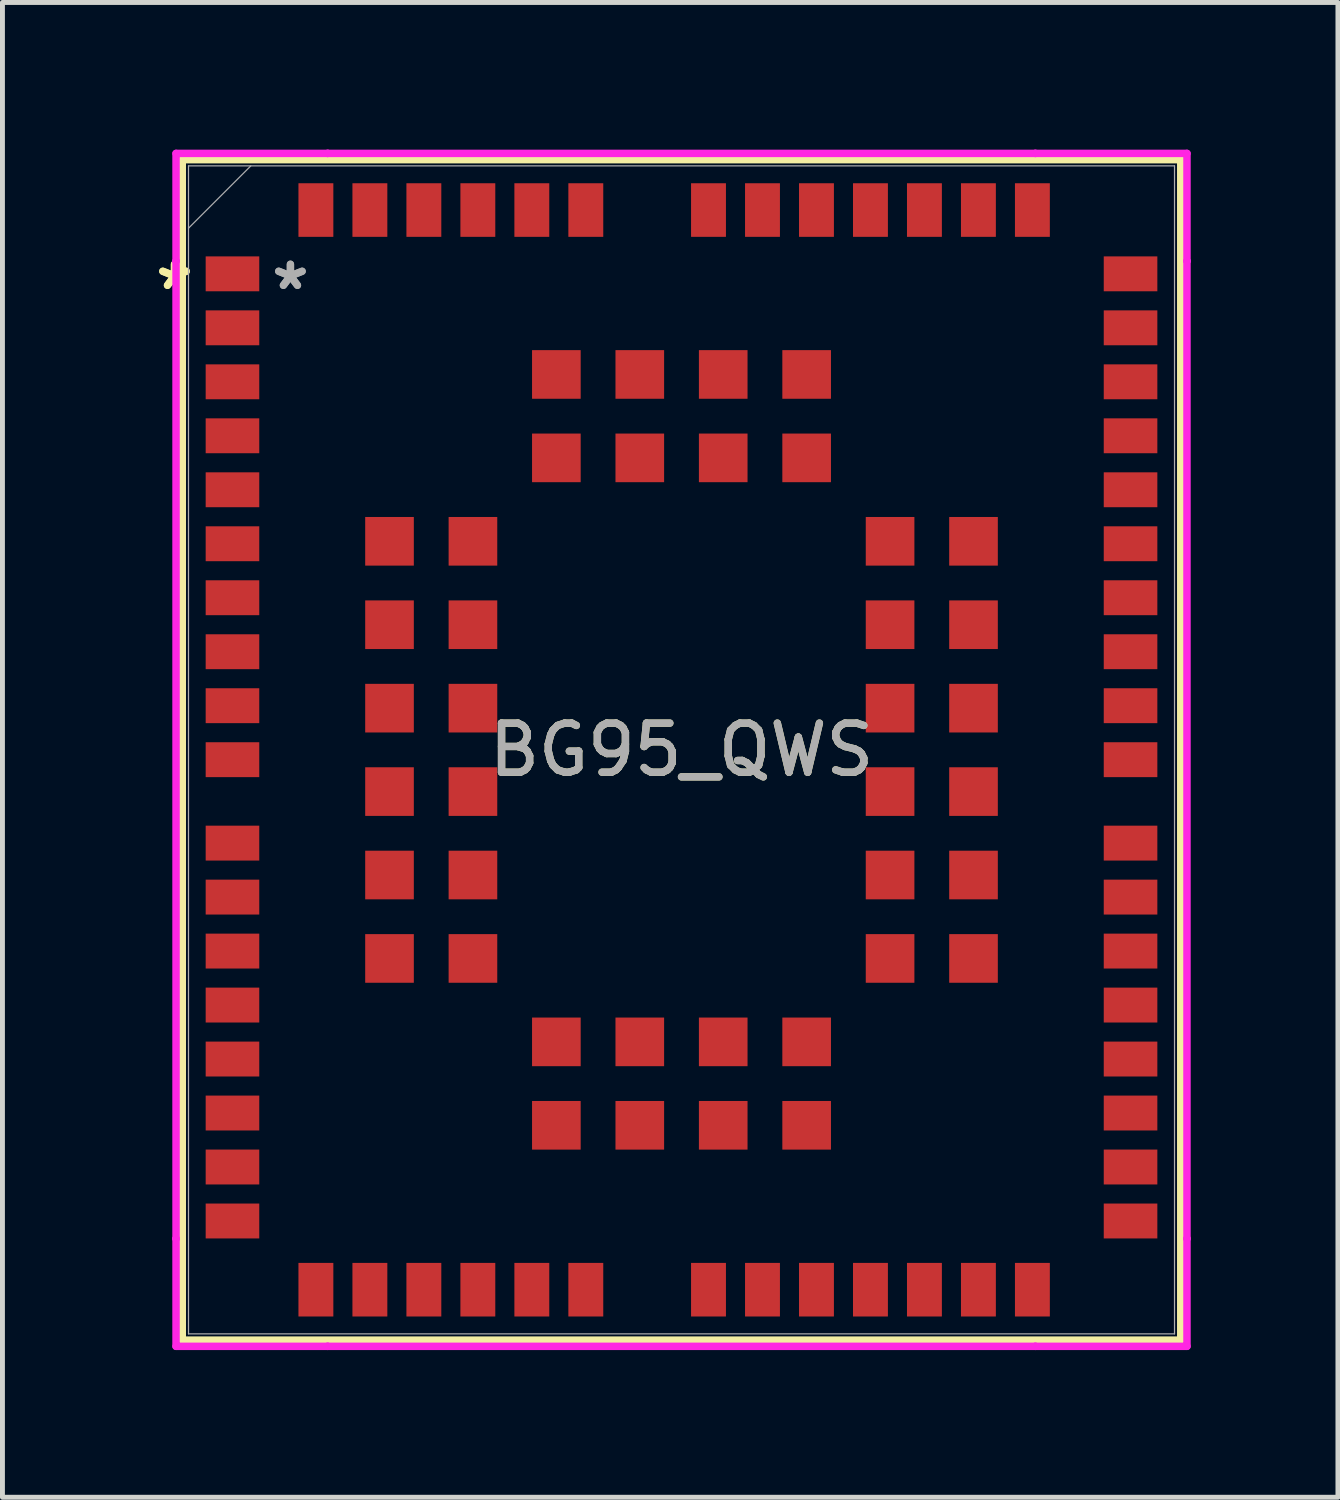
<source format=kicad_pcb>
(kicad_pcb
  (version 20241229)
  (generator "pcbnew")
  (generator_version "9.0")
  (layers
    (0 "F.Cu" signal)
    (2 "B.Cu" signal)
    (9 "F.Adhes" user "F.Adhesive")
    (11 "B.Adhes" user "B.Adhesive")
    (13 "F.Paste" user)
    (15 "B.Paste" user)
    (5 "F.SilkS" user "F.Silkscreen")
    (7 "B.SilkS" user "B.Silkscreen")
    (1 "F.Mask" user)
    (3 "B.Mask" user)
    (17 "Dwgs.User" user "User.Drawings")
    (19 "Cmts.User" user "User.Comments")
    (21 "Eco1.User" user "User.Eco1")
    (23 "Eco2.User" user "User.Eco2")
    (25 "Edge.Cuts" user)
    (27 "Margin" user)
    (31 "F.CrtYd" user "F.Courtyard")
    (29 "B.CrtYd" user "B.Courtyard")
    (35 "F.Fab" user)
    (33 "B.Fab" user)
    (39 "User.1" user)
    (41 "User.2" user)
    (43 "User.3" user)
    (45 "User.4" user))
  (footprint "BG95_QWS"
    (layer "F.Cu")
    (at 10.837 12.23)
    (property "Reference" "BG95_QWS" (at 0 0 0) (unlocked yes) (layer "F.SilkS") (effects (font (size 1 1) (thickness 0.15))))
    (attr smd)
    (fp_line (start -10.173 -12.027) (end -10.173 12.027) (stroke (width 0.152) (type solid)) (layer "F.SilkS"))
    (fp_line (start -10.173 12.027) (end 10.173 12.027) (stroke (width 0.152) (type solid)) (layer "F.SilkS"))
    (fp_line (start 10.173 -12.027) (end -10.173 -12.027) (stroke (width 0.152) (type solid)) (layer "F.SilkS"))
    (fp_line (start 10.173 12.027) (end 10.173 -12.027) (stroke (width 0.152) (type solid)) (layer "F.SilkS"))
    (fp_line (start -10.3 -12.154) (end -7.21 -12.154) (stroke (width 0.152) (type solid)) (layer "F.CrtYd"))
    (fp_line (start -10.3 -9.96) (end -10.3 -12.154) (stroke (width 0.152) (type solid)) (layer "F.CrtYd"))
    (fp_line (start -10.3 -9.96) (end -10.3 -9.96) (stroke (width 0.152) (type solid)) (layer "F.CrtYd"))
    (fp_line (start -10.3 9.96) (end -10.3 -9.96) (stroke (width 0.152) (type solid)) (layer "F.CrtYd"))
    (fp_line (start -10.3 9.96) (end -10.3 9.96) (stroke (width 0.152) (type solid)) (layer "F.CrtYd"))
    (fp_line (start -10.3 12.154) (end -10.3 9.96) (stroke (width 0.152) (type solid)) (layer "F.CrtYd"))
    (fp_line (start -7.21 -12.154) (end -7.21 -12.154) (stroke (width 0.152) (type solid)) (layer "F.CrtYd"))
    (fp_line (start -7.21 -12.154) (end 7.21 -12.154) (stroke (width 0.152) (type solid)) (layer "F.CrtYd"))
    (fp_line (start -7.21 12.154) (end -10.3 12.154) (stroke (width 0.152) (type solid)) (layer "F.CrtYd"))
    (fp_line (start -7.21 12.154) (end -7.21 12.154) (stroke (width 0.152) (type solid)) (layer "F.CrtYd"))
    (fp_line (start 7.21 -12.154) (end 7.21 -12.154) (stroke (width 0.152) (type solid)) (layer "F.CrtYd"))
    (fp_line (start 7.21 -12.154) (end 10.3 -12.154) (stroke (width 0.152) (type solid)) (layer "F.CrtYd"))
    (fp_line (start 7.21 12.154) (end -7.21 12.154) (stroke (width 0.152) (type solid)) (layer "F.CrtYd"))
    (fp_line (start 7.21 12.154) (end 7.21 12.154) (stroke (width 0.152) (type solid)) (layer "F.CrtYd"))
    (fp_line (start 10.3 -12.154) (end 10.3 -9.96) (stroke (width 0.152) (type solid)) (layer "F.CrtYd"))
    (fp_line (start 10.3 -9.96) (end 10.3 -9.96) (stroke (width 0.152) (type solid)) (layer "F.CrtYd"))
    (fp_line (start 10.3 -9.96) (end 10.3 9.96) (stroke (width 0.152) (type solid)) (layer "F.CrtYd"))
    (fp_line (start 10.3 9.96) (end 10.3 9.96) (stroke (width 0.152) (type solid)) (layer "F.CrtYd"))
    (fp_line (start 10.3 9.96) (end 10.3 12.154) (stroke (width 0.152) (type solid)) (layer "F.CrtYd"))
    (fp_line (start 10.3 12.154) (end 7.21 12.154) (stroke (width 0.152) (type solid)) (layer "F.CrtYd"))
    (fp_line (start -10.046 -11.9) (end -10.046 11.9) (stroke (width 0.025) (type solid)) (layer "F.Fab"))
    (fp_line (start -10.046 -10.63) (end -8.776 -11.9) (stroke (width 0.025) (type solid)) (layer "F.Fab"))
    (fp_line (start -10.046 11.9) (end 10.046 11.9) (stroke (width 0.025) (type solid)) (layer "F.Fab"))
    (fp_line (start 10.046 -11.9) (end -10.046 -11.9) (stroke (width 0.025) (type solid)) (layer "F.Fab"))
    (fp_line (start 10.046 11.9) (end 10.046 -11.9) (stroke (width 0.025) (type solid)) (layer "F.Fab"))
    (fp_text user "*" (at -10.331 -9.35 0) (layer "F.SilkS") (effects (font (size 1 1) (thickness 0.15))))
    (fp_text user "*" (at -10.331 -9.35 0) (unlocked yes) (layer "F.SilkS") (effects (font (size 1 1) (thickness 0.15))))
    (fp_text user "*" (at -7.969 -9.35 0) (unlocked yes) (layer "F.Fab") (effects (font (size 1 1) (thickness 0.15))))
    (fp_text user "${REFERENCE}" (at 0 0 0) (unlocked yes) (layer "F.Fab") (effects (font (size 1 1) (thickness 0.15))))
    (fp_text user "*" (at -7.969 -9.35 0) (layer "F.Fab") (effects (font (size 1 1) (thickness 0.15))))
    (pad "1" smd rect (at -9.15 -9.7) (size 1.092 0.711) (layers "F.Cu" "F.Mask" "F.Paste"))
    (pad "2" smd rect (at -9.15 -8.6) (size 1.092 0.711) (layers "F.Cu" "F.Mask" "F.Paste"))
    (pad "3" smd rect (at -9.15 -7.5) (size 1.092 0.711) (layers "F.Cu" "F.Mask" "F.Paste"))
    (pad "4" smd rect (at -9.15 -6.4) (size 1.092 0.711) (layers "F.Cu" "F.Mask" "F.Paste"))
    (pad "5" smd rect (at -9.15 -5.3) (size 1.092 0.711) (layers "F.Cu" "F.Mask" "F.Paste"))
    (pad "6" smd rect (at -9.15 -4.2) (size 1.092 0.711) (layers "F.Cu" "F.Mask" "F.Paste"))
    (pad "7" smd rect (at -9.15 -3.1) (size 1.092 0.711) (layers "F.Cu" "F.Mask" "F.Paste"))
    (pad "8" smd rect (at -9.15 -2) (size 1.092 0.711) (layers "F.Cu" "F.Mask" "F.Paste"))
    (pad "9" smd rect (at -9.15 -0.9) (size 1.092 0.711) (layers "F.Cu" "F.Mask" "F.Paste"))
    (pad "10" smd rect (at -9.15 0.2) (size 1.092 0.711) (layers "F.Cu" "F.Mask" "F.Paste"))
    (pad "11" smd rect (at -9.15 1.9) (size 1.092 0.711) (layers "F.Cu" "F.Mask" "F.Paste"))
    (pad "12" smd rect (at -9.15 3) (size 1.092 0.711) (layers "F.Cu" "F.Mask" "F.Paste"))
    (pad "13" smd rect (at -9.15 4.1) (size 1.092 0.711) (layers "F.Cu" "F.Mask" "F.Paste"))
    (pad "14" smd rect (at -9.15 5.2) (size 1.092 0.711) (layers "F.Cu" "F.Mask" "F.Paste"))
    (pad "15" smd rect (at -9.15 6.3) (size 1.092 0.711) (layers "F.Cu" "F.Mask" "F.Paste"))
    (pad "16" smd rect (at -9.15 7.4) (size 1.092 0.711) (layers "F.Cu" "F.Mask" "F.Paste"))
    (pad "17" smd rect (at -9.15 8.5) (size 1.092 0.711) (layers "F.Cu" "F.Mask" "F.Paste"))
    (pad "18" smd rect (at -9.15 9.6) (size 1.092 0.711) (layers "F.Cu" "F.Mask" "F.Paste"))
    (pad "19" smd rect (at -7.45 11 90) (size 1.092 0.711) (layers "F.Cu" "F.Mask" "F.Paste"))
    (pad "20" smd rect (at -6.35 11 90) (size 1.092 0.711) (layers "F.Cu" "F.Mask" "F.Paste"))
    (pad "21" smd rect (at -5.25 11 90) (size 1.092 0.711) (layers "F.Cu" "F.Mask" "F.Paste"))
    (pad "22" smd rect (at -4.15 11 90) (size 1.092 0.711) (layers "F.Cu" "F.Mask" "F.Paste"))
    (pad "23" smd rect (at -3.05 11 90) (size 1.092 0.711) (layers "F.Cu" "F.Mask" "F.Paste"))
    (pad "24" smd rect (at -1.95 11 90) (size 1.092 0.711) (layers "F.Cu" "F.Mask" "F.Paste"))
    (pad "25" smd rect (at 0.55 11 90) (size 1.092 0.711) (layers "F.Cu" "F.Mask" "F.Paste"))
    (pad "26" smd rect (at 1.65 11 90) (size 1.092 0.711) (layers "F.Cu" "F.Mask" "F.Paste"))
    (pad "27" smd rect (at 2.75 11 90) (size 1.092 0.711) (layers "F.Cu" "F.Mask" "F.Paste"))
    (pad "28" smd rect (at 3.85 11 90) (size 1.092 0.711) (layers "F.Cu" "F.Mask" "F.Paste"))
    (pad "29" smd rect (at 4.95 11 90) (size 1.092 0.711) (layers "F.Cu" "F.Mask" "F.Paste"))
    (pad "30" smd rect (at 6.05 11 90) (size 1.092 0.711) (layers "F.Cu" "F.Mask" "F.Paste"))
    (pad "31" smd rect (at 7.15 11 90) (size 1.092 0.711) (layers "F.Cu" "F.Mask" "F.Paste"))
    (pad "32" smd rect (at 9.15 9.6) (size 1.092 0.711) (layers "F.Cu" "F.Mask" "F.Paste"))
    (pad "33" smd rect (at 9.15 8.5) (size 1.092 0.711) (layers "F.Cu" "F.Mask" "F.Paste"))
    (pad "34" smd rect (at 9.15 7.4) (size 1.092 0.711) (layers "F.Cu" "F.Mask" "F.Paste"))
    (pad "35" smd rect (at 9.15 6.3) (size 1.092 0.711) (layers "F.Cu" "F.Mask" "F.Paste"))
    (pad "36" smd rect (at 9.15 5.2) (size 1.092 0.711) (layers "F.Cu" "F.Mask" "F.Paste"))
    (pad "37" smd rect (at 9.15 4.1) (size 1.092 0.711) (layers "F.Cu" "F.Mask" "F.Paste"))
    (pad "38" smd rect (at 9.15 3) (size 1.092 0.711) (layers "F.Cu" "F.Mask" "F.Paste"))
    (pad "39" smd rect (at 9.15 1.9) (size 1.092 0.711) (layers "F.Cu" "F.Mask" "F.Paste"))
    (pad "40" smd rect (at 9.15 0.2) (size 1.092 0.711) (layers "F.Cu" "F.Mask" "F.Paste"))
    (pad "41" smd rect (at 9.15 -0.9) (size 1.092 0.711) (layers "F.Cu" "F.Mask" "F.Paste"))
    (pad "42" smd rect (at 9.15 -2) (size 1.092 0.711) (layers "F.Cu" "F.Mask" "F.Paste"))
    (pad "43" smd rect (at 9.15 -3.1) (size 1.092 0.711) (layers "F.Cu" "F.Mask" "F.Paste"))
    (pad "44" smd rect (at 9.15 -4.2) (size 1.092 0.711) (layers "F.Cu" "F.Mask" "F.Paste"))
    (pad "45" smd rect (at 9.15 -5.3) (size 1.092 0.711) (layers "F.Cu" "F.Mask" "F.Paste"))
    (pad "46" smd rect (at 9.15 -6.4) (size 1.092 0.711) (layers "F.Cu" "F.Mask" "F.Paste"))
    (pad "47" smd rect (at 9.15 -7.5) (size 1.092 0.711) (layers "F.Cu" "F.Mask" "F.Paste"))
    (pad "48" smd rect (at 9.15 -8.6) (size 1.092 0.711) (layers "F.Cu" "F.Mask" "F.Paste"))
    (pad "49" smd rect (at 9.15 -9.7) (size 1.092 0.711) (layers "F.Cu" "F.Mask" "F.Paste"))
    (pad "50" smd rect (at 7.15 -11 90) (size 1.092 0.711) (layers "F.Cu" "F.Mask" "F.Paste"))
    (pad "51" smd rect (at 6.05 -11 90) (size 1.092 0.711) (layers "F.Cu" "F.Mask" "F.Paste"))
    (pad "52" smd rect (at 4.95 -11 90) (size 1.092 0.711) (layers "F.Cu" "F.Mask" "F.Paste"))
    (pad "53" smd rect (at 3.85 -11 90) (size 1.092 0.711) (layers "F.Cu" "F.Mask" "F.Paste"))
    (pad "54" smd rect (at 2.75 -11 90) (size 1.092 0.711) (layers "F.Cu" "F.Mask" "F.Paste"))
    (pad "55" smd rect (at 1.65 -11 90) (size 1.092 0.711) (layers "F.Cu" "F.Mask" "F.Paste"))
    (pad "56" smd rect (at 0.55 -11 90) (size 1.092 0.711) (layers "F.Cu" "F.Mask" "F.Paste"))
    (pad "57" smd rect (at -1.95 -11 90) (size 1.092 0.711) (layers "F.Cu" "F.Mask" "F.Paste"))
    (pad "58" smd rect (at -3.05 -11 90) (size 1.092 0.711) (layers "F.Cu" "F.Mask" "F.Paste"))
    (pad "59" smd rect (at -4.15 -11 90) (size 1.092 0.711) (layers "F.Cu" "F.Mask" "F.Paste"))
    (pad "60" smd rect (at -5.25 -11 90) (size 1.092 0.711) (layers "F.Cu" "F.Mask" "F.Paste"))
    (pad "61" smd rect (at -6.35 -11 90) (size 1.092 0.711) (layers "F.Cu" "F.Mask" "F.Paste"))
    (pad "62" smd rect (at -7.45 -11 90) (size 1.092 0.711) (layers "F.Cu" "F.Mask" "F.Paste"))
    (pad "63" smd rect (at -5.95 -4.25) (size 0.991 0.991) (layers "F.Cu" "F.Mask"))
    (pad "64" smd rect (at -5.95 -2.55) (size 0.991 0.991) (layers "F.Cu" "F.Mask"))
    (pad "65" smd rect (at -5.95 -0.85) (size 0.991 0.991) (layers "F.Cu" "F.Mask"))
    (pad "66" smd rect (at -5.95 0.85) (size 0.991 0.991) (layers "F.Cu" "F.Mask"))
    (pad "67" smd rect (at -5.95 2.55) (size 0.991 0.991) (layers "F.Cu" "F.Mask"))
    (pad "68" smd rect (at -5.95 4.25) (size 0.991 0.991) (layers "F.Cu" "F.Mask"))
    (pad "69" smd rect (at -2.55 7.65) (size 0.991 0.991) (layers "F.Cu" "F.Mask"))
    (pad "70" smd rect (at -0.85 7.65) (size 0.991 0.991) (layers "F.Cu" "F.Mask"))
    (pad "71" smd rect (at 0.85 7.65) (size 0.991 0.991) (layers "F.Cu" "F.Mask"))
    (pad "72" smd rect (at 2.55 7.65) (size 0.991 0.991) (layers "F.Cu" "F.Mask"))
    (pad "73" smd rect (at 5.95 4.25) (size 0.991 0.991) (layers "F.Cu" "F.Mask"))
    (pad "74" smd rect (at 5.95 2.55) (size 0.991 0.991) (layers "F.Cu" "F.Mask"))
    (pad "75" smd rect (at 5.95 0.85) (size 0.991 0.991) (layers "F.Cu" "F.Mask"))
    (pad "76" smd rect (at 5.95 -0.85) (size 0.991 0.991) (layers "F.Cu" "F.Mask"))
    (pad "77" smd rect (at 5.95 -2.55) (size 0.991 0.991) (layers "F.Cu" "F.Mask"))
    (pad "78" smd rect (at 5.95 -4.25) (size 0.991 0.991) (layers "F.Cu" "F.Mask"))
    (pad "79" smd rect (at 2.55 -7.65) (size 0.991 0.991) (layers "F.Cu" "F.Mask"))
    (pad "80" smd rect (at 0.85 -7.65) (size 0.991 0.991) (layers "F.Cu" "F.Mask"))
    (pad "81" smd rect (at -0.85 -7.65) (size 0.991 0.991) (layers "F.Cu" "F.Mask"))
    (pad "82" smd rect (at -2.55 -7.65) (size 0.991 0.991) (layers "F.Cu" "F.Mask"))
    (pad "83" smd rect (at -4.25 -4.25) (size 0.991 0.991) (layers "F.Cu" "F.Mask"))
    (pad "84" smd rect (at -4.25 -2.55) (size 0.991 0.991) (layers "F.Cu" "F.Mask"))
    (pad "85" smd rect (at -4.25 -0.85) (size 0.991 0.991) (layers "F.Cu" "F.Mask"))
    (pad "86" smd rect (at -4.25 0.85) (size 0.991 0.991) (layers "F.Cu" "F.Mask"))
    (pad "87" smd rect (at -4.25 2.55) (size 0.991 0.991) (layers "F.Cu" "F.Mask"))
    (pad "88" smd rect (at -4.25 4.25) (size 0.991 0.991) (layers "F.Cu" "F.Mask"))
    (pad "89" smd rect (at -2.55 5.95) (size 0.991 0.991) (layers "F.Cu" "F.Mask"))
    (pad "90" smd rect (at -0.85 5.95) (size 0.991 0.991) (layers "F.Cu" "F.Mask"))
    (pad "91" smd rect (at 0.85 5.95) (size 0.991 0.991) (layers "F.Cu" "F.Mask"))
    (pad "92" smd rect (at 2.55 5.95) (size 0.991 0.991) (layers "F.Cu" "F.Mask"))
    (pad "93" smd rect (at 4.25 4.25) (size 0.991 0.991) (layers "F.Cu" "F.Mask"))
    (pad "94" smd rect (at 4.25 2.55) (size 0.991 0.991) (layers "F.Cu" "F.Mask"))
    (pad "95" smd rect (at 4.25 0.85) (size 0.991 0.991) (layers "F.Cu" "F.Mask"))
    (pad "96" smd rect (at 4.25 -0.85) (size 0.991 0.991) (layers "F.Cu" "F.Mask"))
    (pad "97" smd rect (at 4.25 -2.55) (size 0.991 0.991) (layers "F.Cu" "F.Mask"))
    (pad "98" smd rect (at 4.25 -4.25) (size 0.991 0.991) (layers "F.Cu" "F.Mask"))
    (pad "99" smd rect (at 2.55 -5.95) (size 0.991 0.991) (layers "F.Cu" "F.Mask"))
    (pad "100" smd rect (at 0.85 -5.95) (size 0.991 0.991) (layers "F.Cu" "F.Mask"))
    (pad "101" smd rect (at -0.85 -5.95) (size 0.991 0.991) (layers "F.Cu" "F.Mask"))
    (pad "102" smd rect (at -2.55 -5.95) (size 0.991 0.991) (layers "F.Cu" "F.Mask")))
  (gr_rect
    (start -3 -3)
    (end 24.213 27.46)
    (stroke (width 0.1) (type default))
    (fill no)
    (layer "Edge.Cuts")))
</source>
